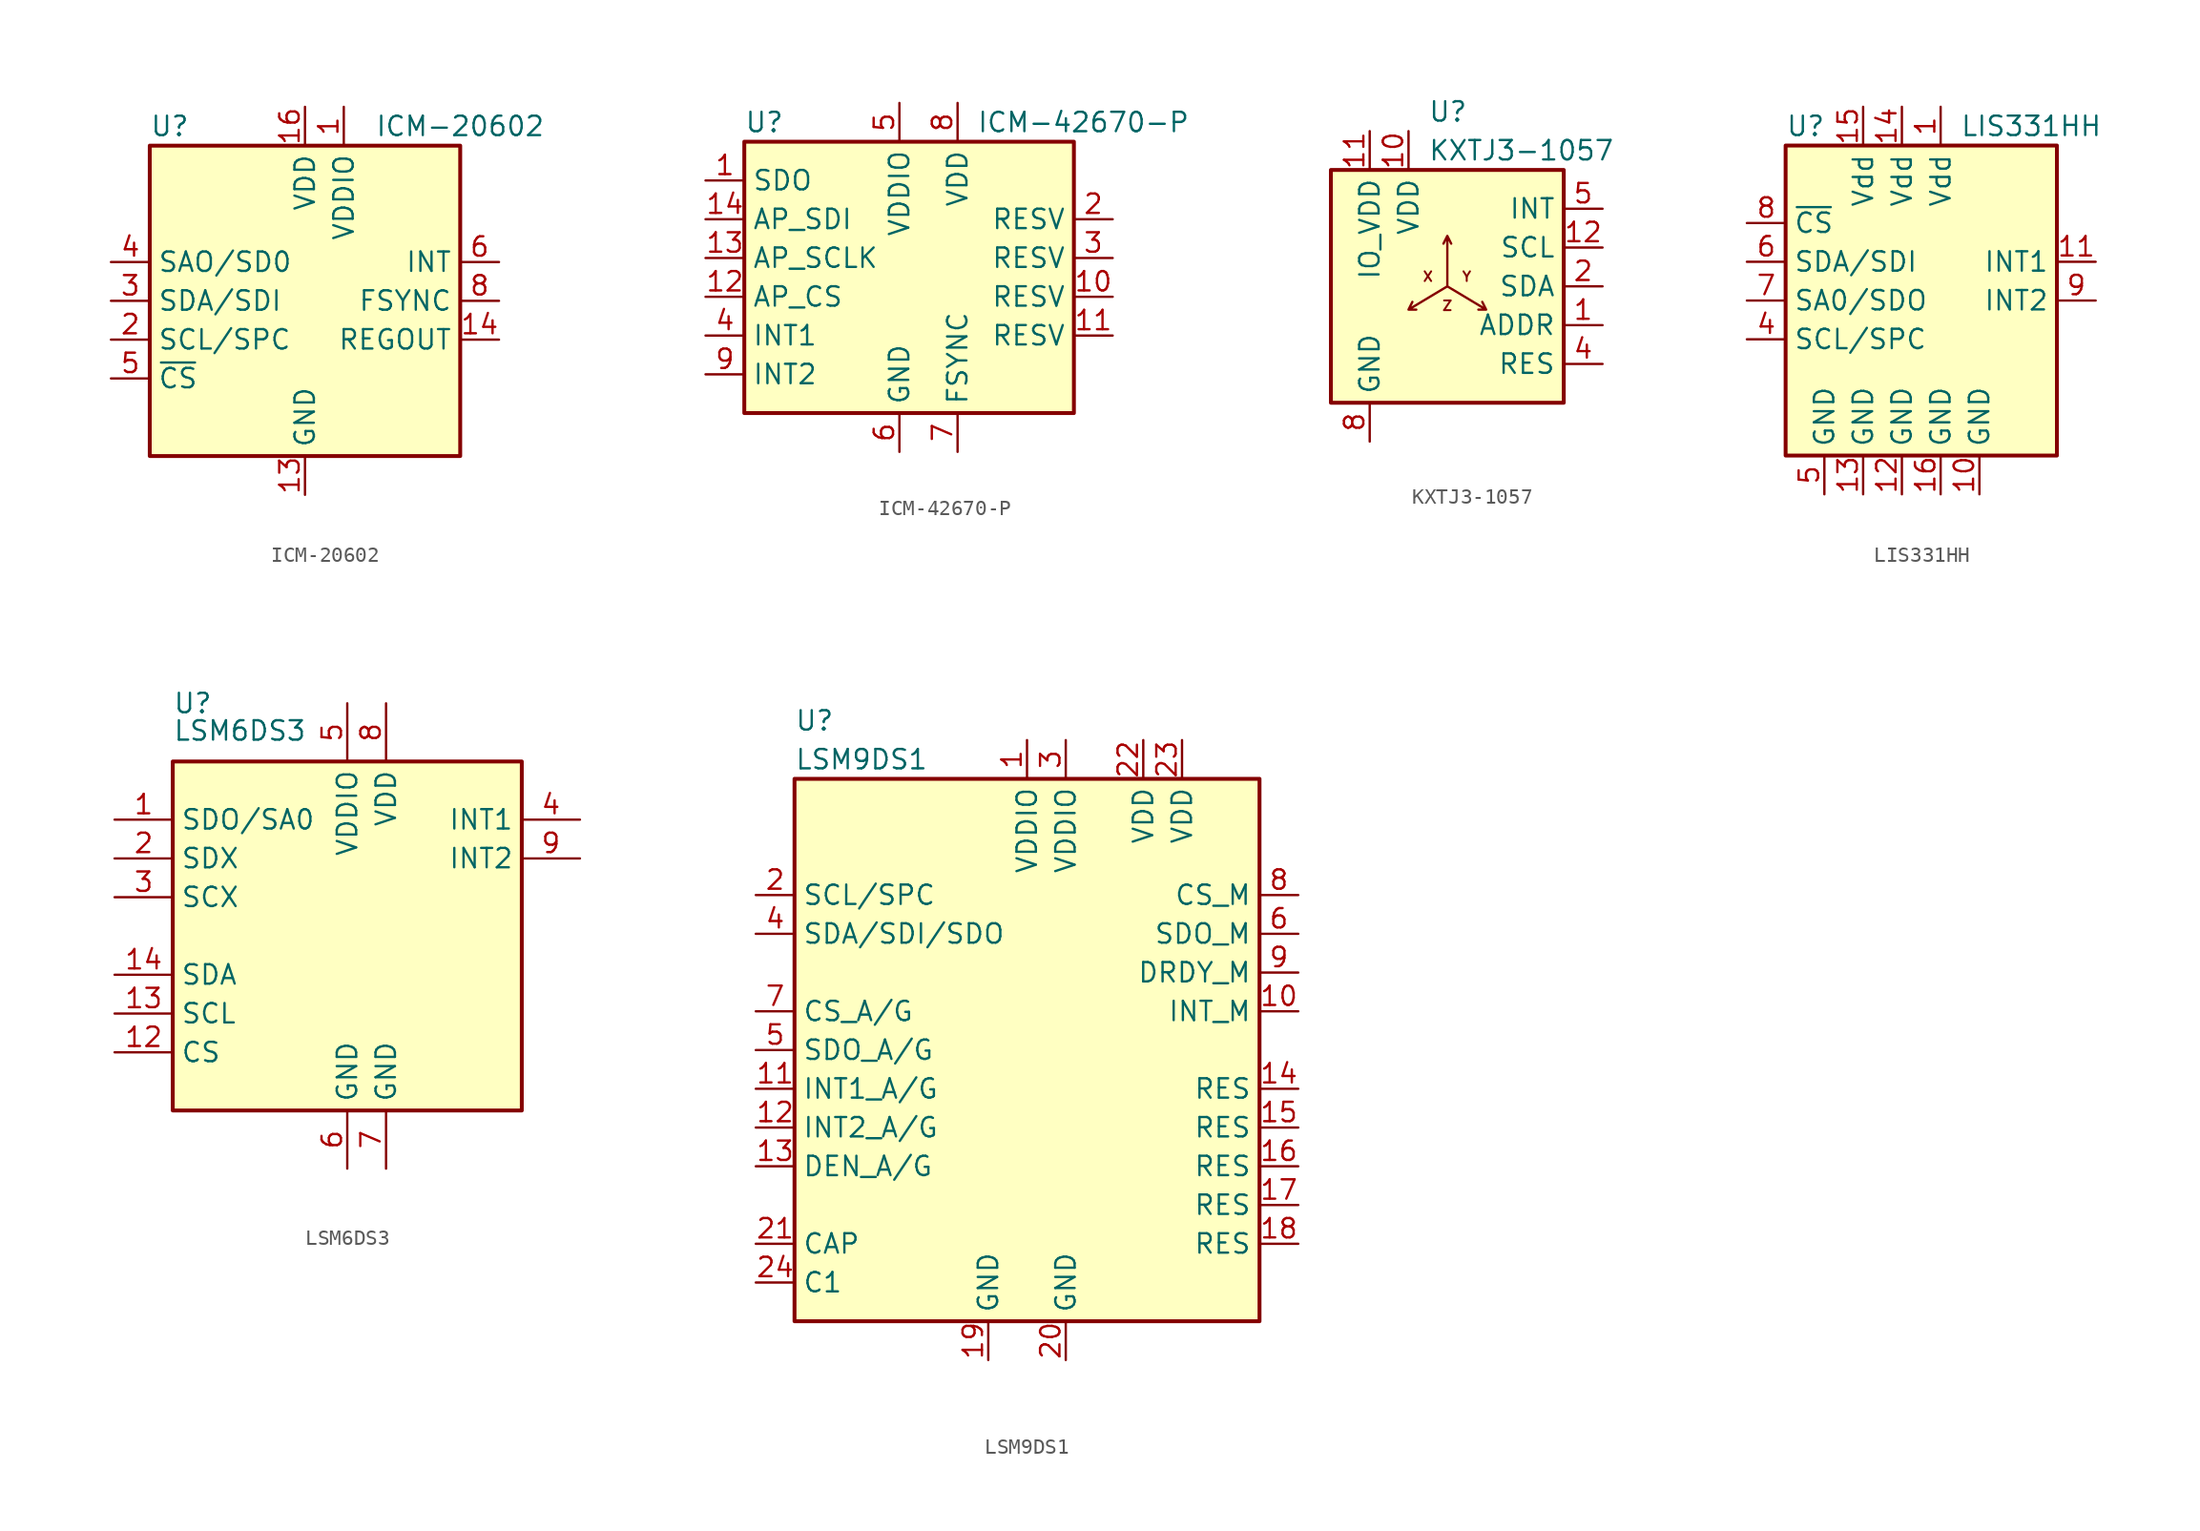
<source format=kicad_sym>
(kicad_symbol_lib
  (version 20220914)
  (generator kicad_symbol_editor)
  (symbol "ICM-20602"
    (property "Reference" "U"
      (at -10.16 11.43 0)
      (effects (font (size 1.27 1.27)) (justify left)))
    (property "Value" "ICM-20602"
      (at 10.16 11.43 0)
      (effects (font (size 1.27 1.27))))
    (symbol "ICM-20602_0_1"
      (rectangle (start -10.16 10.16) (end 10.16 -10.16) (stroke (width 0.254) (type default)) (fill (type background))))
    (symbol "ICM-20602_1_1"
      (pin power_in line (at 2.54 12.7 270) (length 2.54) (name "VDDIO" (effects (font (size 1.27 1.27)))) (number "1" (effects (font (size 1.27 1.27)))))
      (pin passive line (at 0 -12.7 90) (length 2.54) hide (name "GND" (effects (font (size 1.27 1.27)))) (number "10" (effects (font (size 1.27 1.27)))))
      (pin passive line (at 0 -12.7 90) (length 2.54) hide (name "GND" (effects (font (size 1.27 1.27)))) (number "11" (effects (font (size 1.27 1.27)))))
      (pin passive line (at 0 -12.7 90) (length 2.54) hide (name "GND" (effects (font (size 1.27 1.27)))) (number "12" (effects (font (size 1.27 1.27)))))
      (pin power_in line (at 0 -12.7 90) (length 2.54) (name "GND" (effects (font (size 1.27 1.27)))) (number "13" (effects (font (size 1.27 1.27)))))
      (pin passive line (at 12.7 -2.54 180) (length 2.54) (name "REGOUT" (effects (font (size 1.27 1.27)))) (number "14" (effects (font (size 1.27 1.27)))))
      (pin passive line (at 0 -12.7 90) (length 2.54) hide (name "GND" (effects (font (size 1.27 1.27)))) (number "15" (effects (font (size 1.27 1.27)))))
      (pin power_in line (at 0 12.7 270) (length 2.54) (name "VDD" (effects (font (size 1.27 1.27)))) (number "16" (effects (font (size 1.27 1.27)))))
      (pin input line (at -12.7 -2.54 0) (length 2.54) (name "SCL/SPC" (effects (font (size 1.27 1.27)))) (number "2" (effects (font (size 1.27 1.27)))))
      (pin bidirectional line (at -12.7 0 0) (length 2.54) (name "SDA/SDI" (effects (font (size 1.27 1.27)))) (number "3" (effects (font (size 1.27 1.27)))))
      (pin bidirectional line (at -12.7 2.54 0) (length 2.54) (name "SAO/SD0" (effects (font (size 1.27 1.27)))) (number "4" (effects (font (size 1.27 1.27)))))
      (pin input line (at -12.7 -5.08 0) (length 2.54) (name "~{CS}" (effects (font (size 1.27 1.27)))) (number "5" (effects (font (size 1.27 1.27)))))
      (pin output line (at 12.7 2.54 180) (length 2.54) (name "INT" (effects (font (size 1.27 1.27)))) (number "6" (effects (font (size 1.27 1.27)))))
      (pin no_connect line (at -10.16 5.08 0) (length 2.54) hide (name "RESV" (effects (font (size 1.27 1.27)))) (number "7" (effects (font (size 1.27 1.27)))))
      (pin input line (at 12.7 0 180) (length 2.54) (name "FSYNC" (effects (font (size 1.27 1.27)))) (number "8" (effects (font (size 1.27 1.27)))))
      (pin passive line (at 0 -12.7 90) (length 2.54) hide (name "GND" (effects (font (size 1.27 1.27)))) (number "9" (effects (font (size 1.27 1.27)))))))
  (symbol "ICM-42670-P"
    (property "Reference" "U"
      (at -10.16 8.89 0)
      (effects (font (size 1.27 1.27)) (justify left)))
    (property "Value" "ICM-42670-P"
      (at 19.05 8.89 0)
      (effects (font (size 1.27 1.27)) (justify right)))
    (symbol "ICM-42670-P_1_1"
      (rectangle (start -10.16 7.62) (end 11.43 -10.16) (stroke (width 0.254) (type default)) (fill (type background)))
      (pin bidirectional line (at -12.7 5.08 0) (length 2.54) (name "SDO" (effects (font (size 1.27 1.27)))) (number "1" (effects (font (size 1.27 1.27)))))
      (pin bidirectional line (at 13.97 -2.54 180) (length 2.54) (name "RESV" (effects (font (size 1.27 1.27)))) (number "10" (effects (font (size 1.27 1.27)))))
      (pin bidirectional line (at 13.97 -5.08 180) (length 2.54) (name "RESV" (effects (font (size 1.27 1.27)))) (number "11" (effects (font (size 1.27 1.27)))))
      (pin input line (at -12.7 -2.54 0) (length 2.54) (name "AP_CS" (effects (font (size 1.27 1.27)))) (number "12" (effects (font (size 1.27 1.27)))))
      (pin input line (at -12.7 0 0) (length 2.54) (name "AP_SCLK" (effects (font (size 1.27 1.27)))) (number "13" (effects (font (size 1.27 1.27)))))
      (pin bidirectional line (at -12.7 2.54 0) (length 2.54) (name "AP_SDI" (effects (font (size 1.27 1.27)))) (number "14" (effects (font (size 1.27 1.27)))))
      (pin bidirectional line (at 13.97 2.54 180) (length 2.54) (name "RESV" (effects (font (size 1.27 1.27)))) (number "2" (effects (font (size 1.27 1.27)))))
      (pin output line (at 13.97 0 180) (length 2.54) (name "RESV" (effects (font (size 1.27 1.27)))) (number "3" (effects (font (size 1.27 1.27)))))
      (pin bidirectional line (at -12.7 -5.08 0) (length 2.54) (name "INT1" (effects (font (size 1.27 1.27)))) (number "4" (effects (font (size 1.27 1.27)))))
      (pin power_in line (at 0 10.16 270) (length 2.54) (name "VDDIO" (effects (font (size 1.27 1.27)))) (number "5" (effects (font (size 1.27 1.27)))))
      (pin power_in line (at 0 -12.7 90) (length 2.54) (name "GND" (effects (font (size 1.27 1.27)))) (number "6" (effects (font (size 1.27 1.27)))))
      (pin power_in line (at 3.81 -12.7 90) (length 2.54) (name "FSYNC" (effects (font (size 1.27 1.27)))) (number "7" (effects (font (size 1.27 1.27)))))
      (pin power_in line (at 3.81 10.16 270) (length 2.54) (name "VDD" (effects (font (size 1.27 1.27)))) (number "8" (effects (font (size 1.27 1.27)))))
      (pin bidirectional line (at -12.7 -7.62 0) (length 2.54) (name "INT2" (effects (font (size 1.27 1.27)))) (number "9" (effects (font (size 1.27 1.27)))))))
  (symbol "KXTJ3-1057"
    (property "Reference" "U"
      (at -1.27 11.43 0)
      (effects (font (size 1.27 1.27)) (justify left)))
    (property "Value" "KXTJ3-1057"
      (at -1.27 8.89 0)
      (effects (font (size 1.27 1.27)) (justify left)))
    (symbol "KXTJ3-1057_0_0"
      (text "X" (at -1.27 0.635 0) (effects (font (size 0.635 0.635) bold)))
      (text "Y" (at 1.27 0.635 0) (effects (font (size 0.635 0.635) bold)))
      (text "Z" (at 0 -1.27 0) (effects (font (size 0.635 0.635) bold))))
    (symbol "KXTJ3-1057_0_1"
      (rectangle (start -7.62 7.62) (end 7.62 -7.62) (stroke (width 0.254) (type default)) (fill (type background)))
      (polyline (pts (xy 0 0) (xy 0 3.302) (xy 0.254 2.794) (xy 0 3.302) (xy -0.254 2.794) (xy 0 3.302) (xy 0 0) (xy 2.54 -1.524) (xy 2.286 -1.016) (xy 2.54 -1.524) (xy 2.032 -1.524) (xy 2.54 -1.524) (xy 0 0) (xy -2.54 -1.524) (xy -2.286 -1.016) (xy -2.54 -1.524) (xy -2.032 -1.524)) (stroke (width 0) (type default)) (fill (type none))))
    (symbol "KXTJ3-1057_1_1"
      (pin input line (at 10.16 -2.54 180) (length 2.54) (name "ADDR" (effects (font (size 1.27 1.27)))) (number "1" (effects (font (size 1.27 1.27)))))
      (pin power_in line (at -2.54 10.16 270) (length 2.54) (name "VDD" (effects (font (size 1.27 1.27)))) (number "10" (effects (font (size 1.27 1.27)))))
      (pin power_in line (at -5.08 10.16 270) (length 2.54) (name "IO_VDD" (effects (font (size 1.27 1.27)))) (number "11" (effects (font (size 1.27 1.27)))))
      (pin input line (at 10.16 2.54 180) (length 2.54) (name "SCL" (effects (font (size 1.27 1.27)))) (number "12" (effects (font (size 1.27 1.27)))))
      (pin bidirectional line (at 10.16 0 180) (length 2.54) (name "SDA" (effects (font (size 1.27 1.27)))) (number "2" (effects (font (size 1.27 1.27)))))
      (pin passive line (at -5.08 10.16 270) (length 2.54) hide (name "IO_VDD" (effects (font (size 1.27 1.27)))) (number "3" (effects (font (size 1.27 1.27)))))
      (pin passive line (at 10.16 -5.08 180) (length 2.54) (name "RES" (effects (font (size 1.27 1.27)))) (number "4" (effects (font (size 1.27 1.27)))))
      (pin output line (at 10.16 5.08 180) (length 2.54) (name "INT" (effects (font (size 1.27 1.27)))) (number "5" (effects (font (size 1.27 1.27)))))
      (pin passive line (at -5.08 -10.16 90) (length 2.54) hide (name "GND" (effects (font (size 1.27 1.27)))) (number "6" (effects (font (size 1.27 1.27)))))
      (pin passive line (at -2.54 10.16 270) (length 2.54) hide (name "VDD" (effects (font (size 1.27 1.27)))) (number "7" (effects (font (size 1.27 1.27)))))
      (pin power_in line (at -5.08 -10.16 90) (length 2.54) (name "GND" (effects (font (size 1.27 1.27)))) (number "8" (effects (font (size 1.27 1.27)))))
      (pin passive line (at -5.08 -10.16 90) (length 2.54) hide (name "GND" (effects (font (size 1.27 1.27)))) (number "9" (effects (font (size 1.27 1.27)))))))
  (symbol "LIS331HH"
    (property "Reference" "U"
      (at -7.62 11.43 0)
      (effects (font (size 1.27 1.27)) (justify left)))
    (property "Value" "LIS331HH"
      (at 3.81 11.43 0)
      (effects (font (size 1.27 1.27)) (justify left)))
    (symbol "LIS331HH_0_1"
      (rectangle (start -7.62 10.16) (end 10.16 -10.16) (stroke (width 0.254) (type default)) (fill (type background))))
    (symbol "LIS331HH_1_1"
      (pin power_in line (at 2.54 12.7 270) (length 2.54) (name "Vdd" (effects (font (size 1.27 1.27)))) (number "1" (effects (font (size 1.27 1.27)))))
      (pin power_in line (at 5.08 -12.7 90) (length 2.54) (name "GND" (effects (font (size 1.27 1.27)))) (number "10" (effects (font (size 1.27 1.27)))))
      (pin output line (at 12.7 2.54 180) (length 2.54) (name "INT1" (effects (font (size 1.27 1.27)))) (number "11" (effects (font (size 1.27 1.27)))))
      (pin power_in line (at 0 -12.7 90) (length 2.54) (name "GND" (effects (font (size 1.27 1.27)))) (number "12" (effects (font (size 1.27 1.27)))))
      (pin power_in line (at -2.54 -12.7 90) (length 2.54) (name "GND" (effects (font (size 1.27 1.27)))) (number "13" (effects (font (size 1.27 1.27)))))
      (pin power_in line (at 0 12.7 270) (length 2.54) (name "Vdd" (effects (font (size 1.27 1.27)))) (number "14" (effects (font (size 1.27 1.27)))))
      (pin power_in line (at -2.54 12.7 270) (length 2.54) (name "Vdd" (effects (font (size 1.27 1.27)))) (number "15" (effects (font (size 1.27 1.27)))))
      (pin power_in line (at 2.54 -12.7 90) (length 2.54) (name "GND" (effects (font (size 1.27 1.27)))) (number "16" (effects (font (size 1.27 1.27)))))
      (pin no_connect line (at 10.16 -2.54 180) (length 2.54) hide (name "NC" (effects (font (size 1.27 1.27)))) (number "2" (effects (font (size 1.27 1.27)))))
      (pin no_connect line (at 10.16 -5.08 180) (length 2.54) hide (name "NC" (effects (font (size 1.27 1.27)))) (number "3" (effects (font (size 1.27 1.27)))))
      (pin input line (at -10.16 -2.54 0) (length 2.54) (name "SCL/SPC" (effects (font (size 1.27 1.27)))) (number "4" (effects (font (size 1.27 1.27)))))
      (pin power_in line (at -5.08 -12.7 90) (length 2.54) (name "GND" (effects (font (size 1.27 1.27)))) (number "5" (effects (font (size 1.27 1.27)))))
      (pin bidirectional line (at -10.16 2.54 0) (length 2.54) (name "SDA/SDI" (effects (font (size 1.27 1.27)))) (number "6" (effects (font (size 1.27 1.27)))))
      (pin output line (at -10.16 0 0) (length 2.54) (name "SA0/SDO" (effects (font (size 1.27 1.27)))) (number "7" (effects (font (size 1.27 1.27)))))
      (pin input line (at -10.16 5.08 0) (length 2.54) (name "~{CS}" (effects (font (size 1.27 1.27)))) (number "8" (effects (font (size 1.27 1.27)))))
      (pin output line (at 12.7 0 180) (length 2.54) (name "INT2" (effects (font (size 1.27 1.27)))) (number "9" (effects (font (size 1.27 1.27)))))))
  (symbol "LSM6DS3"
    (property "Reference" "U"
      (at -11.43 15.24 0)
      (effects (font (size 1.27 1.27)) (justify left)))
    (property "Value" "LSM6DS3"
      (at -11.43 12.7 0)
      (effects (font (size 1.27 1.27)) (justify left bottom)))
    (symbol "LSM6DS3_0_1"
      (rectangle (start 11.43 11.43) (end -11.43 -11.43) (stroke (width 0.254) (type default)) (fill (type background))))
    (symbol "LSM6DS3_1_1"
      (pin bidirectional line (at -15.24 7.62 0) (length 3.81) (name "SDO/SA0" (effects (font (size 1.27 1.27)))) (number "1" (effects (font (size 1.27 1.27)))))
      (pin no_connect line (at 10.16 -5.08 180) (length 3.81) hide (name "NC" (effects (font (size 1.27 1.27)))) (number "10" (effects (font (size 1.27 1.27)))))
      (pin no_connect line (at 10.16 -2.54 180) (length 3.81) hide (name "NC" (effects (font (size 1.27 1.27)))) (number "11" (effects (font (size 1.27 1.27)))))
      (pin input line (at -15.24 -7.62 0) (length 3.81) (name "CS" (effects (font (size 1.27 1.27)))) (number "12" (effects (font (size 1.27 1.27)))))
      (pin input line (at -15.24 -5.08 0) (length 3.81) (name "SCL" (effects (font (size 1.27 1.27)))) (number "13" (effects (font (size 1.27 1.27)))))
      (pin bidirectional line (at -15.24 -2.54 0) (length 3.81) (name "SDA" (effects (font (size 1.27 1.27)))) (number "14" (effects (font (size 1.27 1.27)))))
      (pin bidirectional line (at -15.24 5.08 0) (length 3.81) (name "SDX" (effects (font (size 1.27 1.27)))) (number "2" (effects (font (size 1.27 1.27)))))
      (pin input line (at -15.24 2.54 0) (length 3.81) (name "SCX" (effects (font (size 1.27 1.27)))) (number "3" (effects (font (size 1.27 1.27)))))
      (pin output line (at 15.24 7.62 180) (length 3.81) (name "INT1" (effects (font (size 1.27 1.27)))) (number "4" (effects (font (size 1.27 1.27)))))
      (pin power_in line (at 0 15.24 270) (length 3.81) (name "VDDIO" (effects (font (size 1.27 1.27)))) (number "5" (effects (font (size 1.27 1.27)))))
      (pin power_in line (at 0 -15.24 90) (length 3.81) (name "GND" (effects (font (size 1.27 1.27)))) (number "6" (effects (font (size 1.27 1.27)))))
      (pin power_in line (at 2.54 -15.24 90) (length 3.81) (name "GND" (effects (font (size 1.27 1.27)))) (number "7" (effects (font (size 1.27 1.27)))))
      (pin power_in line (at 2.54 15.24 270) (length 3.81) (name "VDD" (effects (font (size 1.27 1.27)))) (number "8" (effects (font (size 1.27 1.27)))))
      (pin output line (at 15.24 5.08 180) (length 3.81) (name "INT2" (effects (font (size 1.27 1.27)))) (number "9" (effects (font (size 1.27 1.27)))))))
  (symbol "LSM9DS1"
    (property "Reference" "U"
      (at -15.24 21.59 0)
      (effects (font (size 1.27 1.27)) (justify left)))
    (property "Value" "LSM9DS1"
      (at -15.24 19.05 0)
      (effects (font (size 1.27 1.27)) (justify left)))
    (symbol "LSM9DS1_0_1"
      (rectangle (start -15.24 17.78) (end 15.24 -17.78) (stroke (width 0.254) (type default)) (fill (type background))))
    (symbol "LSM9DS1_1_1"
      (pin power_in line (at 0 20.32 270) (length 2.54) (name "VDDIO" (effects (font (size 1.27 1.27)))) (number "1" (effects (font (size 1.27 1.27)))))
      (pin output line (at 17.78 2.54 180) (length 2.54) (name "INT_M" (effects (font (size 1.27 1.27)))) (number "10" (effects (font (size 1.27 1.27)))))
      (pin output line (at -17.78 -2.54 0) (length 2.54) (name "INT1_A/G" (effects (font (size 1.27 1.27)))) (number "11" (effects (font (size 1.27 1.27)))))
      (pin output line (at -17.78 -5.08 0) (length 2.54) (name "INT2_A/G" (effects (font (size 1.27 1.27)))) (number "12" (effects (font (size 1.27 1.27)))))
      (pin input line (at -17.78 -7.62 0) (length 2.54) (name "DEN_A/G" (effects (font (size 1.27 1.27)))) (number "13" (effects (font (size 1.27 1.27)))))
      (pin bidirectional line (at 17.78 -2.54 180) (length 2.54) (name "RES" (effects (font (size 1.27 1.27)))) (number "14" (effects (font (size 1.27 1.27)))))
      (pin bidirectional line (at 17.78 -5.08 180) (length 2.54) (name "RES" (effects (font (size 1.27 1.27)))) (number "15" (effects (font (size 1.27 1.27)))))
      (pin bidirectional line (at 17.78 -7.62 180) (length 2.54) (name "RES" (effects (font (size 1.27 1.27)))) (number "16" (effects (font (size 1.27 1.27)))))
      (pin bidirectional line (at 17.78 -10.16 180) (length 2.54) (name "RES" (effects (font (size 1.27 1.27)))) (number "17" (effects (font (size 1.27 1.27)))))
      (pin bidirectional line (at 17.78 -12.7 180) (length 2.54) (name "RES" (effects (font (size 1.27 1.27)))) (number "18" (effects (font (size 1.27 1.27)))))
      (pin power_in line (at -2.54 -20.32 90) (length 2.54) (name "GND" (effects (font (size 1.27 1.27)))) (number "19" (effects (font (size 1.27 1.27)))))
      (pin input line (at -17.78 10.16 0) (length 2.54) (name "SCL/SPC" (effects (font (size 1.27 1.27)))) (number "2" (effects (font (size 1.27 1.27)))))
      (pin power_in line (at 2.54 -20.32 90) (length 2.54) (name "GND" (effects (font (size 1.27 1.27)))) (number "20" (effects (font (size 1.27 1.27)))))
      (pin passive line (at -17.78 -12.7 0) (length 2.54) (name "CAP" (effects (font (size 1.27 1.27)))) (number "21" (effects (font (size 1.27 1.27)))))
      (pin power_in line (at 7.62 20.32 270) (length 2.54) (name "VDD" (effects (font (size 1.27 1.27)))) (number "22" (effects (font (size 1.27 1.27)))))
      (pin power_in line (at 10.16 20.32 270) (length 2.54) (name "VDD" (effects (font (size 1.27 1.27)))) (number "23" (effects (font (size 1.27 1.27)))))
      (pin passive line (at -17.78 -15.24 0) (length 2.54) (name "C1" (effects (font (size 1.27 1.27)))) (number "24" (effects (font (size 1.27 1.27)))))
      (pin power_in line (at 2.54 20.32 270) (length 2.54) (name "VDDIO" (effects (font (size 1.27 1.27)))) (number "3" (effects (font (size 1.27 1.27)))))
      (pin bidirectional line (at -17.78 7.62 0) (length 2.54) (name "SDA/SDI/SDO" (effects (font (size 1.27 1.27)))) (number "4" (effects (font (size 1.27 1.27)))))
      (pin output line (at -17.78 0 0) (length 2.54) (name "SDO_A/G" (effects (font (size 1.27 1.27)))) (number "5" (effects (font (size 1.27 1.27)))))
      (pin output line (at 17.78 7.62 180) (length 2.54) (name "SDO_M" (effects (font (size 1.27 1.27)))) (number "6" (effects (font (size 1.27 1.27)))))
      (pin input line (at -17.78 2.54 0) (length 2.54) (name "CS_A/G" (effects (font (size 1.27 1.27)))) (number "7" (effects (font (size 1.27 1.27)))))
      (pin input line (at 17.78 10.16 180) (length 2.54) (name "CS_M" (effects (font (size 1.27 1.27)))) (number "8" (effects (font (size 1.27 1.27)))))
      (pin output line (at 17.78 5.08 180) (length 2.54) (name "DRDY_M" (effects (font (size 1.27 1.27)))) (number "9" (effects (font (size 1.27 1.27))))))))
</source>
